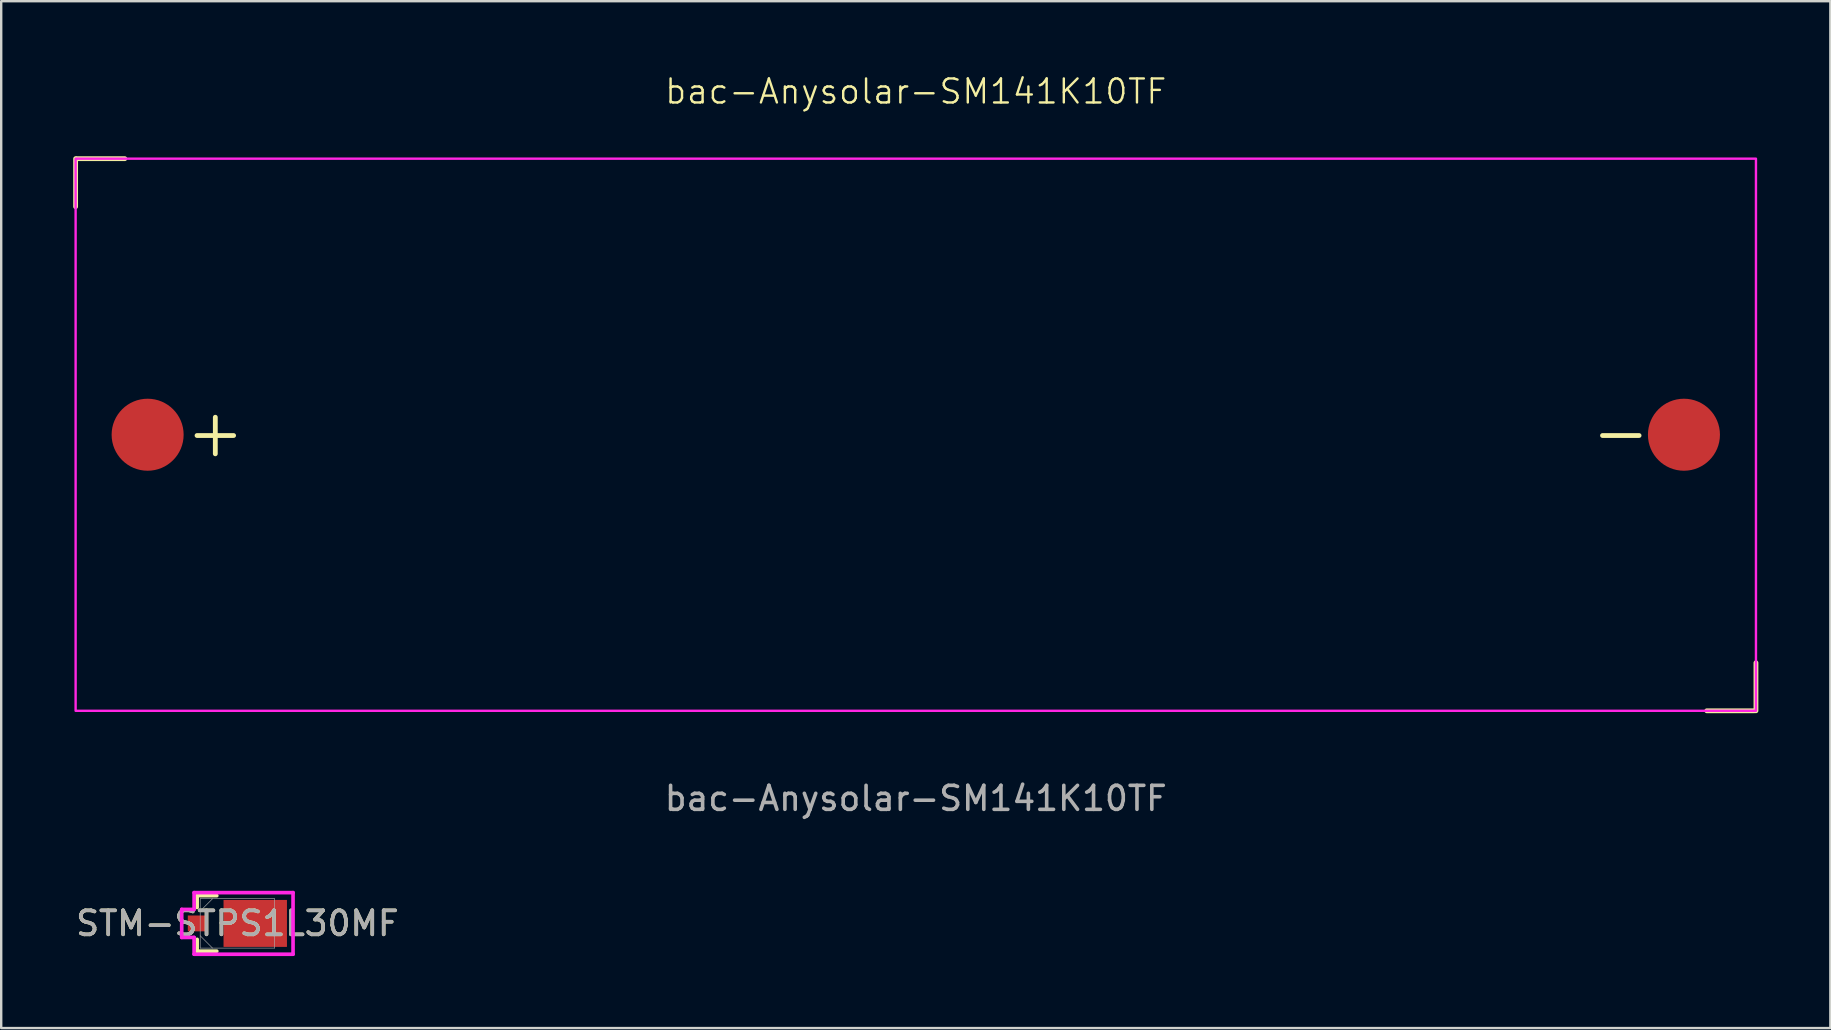
<source format=kicad_pcb>
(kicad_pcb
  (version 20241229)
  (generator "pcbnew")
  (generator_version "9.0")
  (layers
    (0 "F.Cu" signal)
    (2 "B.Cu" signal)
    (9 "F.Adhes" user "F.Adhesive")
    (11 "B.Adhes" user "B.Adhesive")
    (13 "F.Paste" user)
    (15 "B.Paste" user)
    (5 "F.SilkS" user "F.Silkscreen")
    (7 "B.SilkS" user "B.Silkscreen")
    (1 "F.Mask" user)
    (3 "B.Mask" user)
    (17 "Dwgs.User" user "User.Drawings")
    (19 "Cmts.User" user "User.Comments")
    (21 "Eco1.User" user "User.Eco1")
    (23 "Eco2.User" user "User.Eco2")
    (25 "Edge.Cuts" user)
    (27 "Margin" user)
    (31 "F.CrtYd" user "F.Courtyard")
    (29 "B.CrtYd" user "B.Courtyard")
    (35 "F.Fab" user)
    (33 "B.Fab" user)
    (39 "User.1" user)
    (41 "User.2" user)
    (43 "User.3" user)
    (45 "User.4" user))
  (footprint "STM-STPS1L30MF"
    (layer "F.Cu")
    (at 6.839 35.418)
    (property "Reference" "STM-STPS1L30MF" (at 0 0 0) (unlocked yes) (layer "F.SilkS") (effects (font (size 1 1) (thickness 0.15))))
    (attr smd)
    (fp_line (start -1.676 -1.156) (end -0.858 -1.156) (stroke (width 0.152) (type solid)) (layer "F.SilkS"))
    (fp_line (start -1.676 -0.663) (end -1.676 -1.156) (stroke (width 0.152) (type solid)) (layer "F.SilkS"))
    (fp_line (start -1.676 1.156) (end -1.676 0.663) (stroke (width 0.152) (type solid)) (layer "F.SilkS"))
    (fp_line (start -0.858 1.156) (end -1.676 1.156) (stroke (width 0.152) (type solid)) (layer "F.SilkS"))
    (fp_line (start -2.319 -0.584) (end -2.319 0.584) (stroke (width 0.152) (type solid)) (layer "F.CrtYd"))
    (fp_line (start -2.319 0.584) (end -1.803 0.584) (stroke (width 0.152) (type solid)) (layer "F.CrtYd"))
    (fp_line (start -1.803 -1.283) (end -1.803 -0.584) (stroke (width 0.152) (type solid)) (layer "F.CrtYd"))
    (fp_line (start -1.803 -0.584) (end -2.319 -0.584) (stroke (width 0.152) (type solid)) (layer "F.CrtYd"))
    (fp_line (start -1.803 0.584) (end -1.803 1.283) (stroke (width 0.152) (type solid)) (layer "F.CrtYd"))
    (fp_line (start -1.803 1.283) (end 2.319 1.283) (stroke (width 0.152) (type solid)) (layer "F.CrtYd"))
    (fp_line (start 2.319 -1.283) (end -1.803 -1.283) (stroke (width 0.152) (type solid)) (layer "F.CrtYd"))
    (fp_line (start 2.319 1.283) (end 2.319 -1.283) (stroke (width 0.152) (type solid)) (layer "F.CrtYd"))
    (fp_line (start -1.549 -1.029) (end -1.549 1.029) (stroke (width 0.025) (type solid)) (layer "F.Fab"))
    (fp_line (start -1.549 -0.514) (end -1.035 -1.029) (stroke (width 0.025) (type solid)) (layer "F.Fab"))
    (fp_line (start -1.549 0.514) (end -1.035 1.029) (stroke (width 0.025) (type solid)) (layer "F.Fab"))
    (fp_line (start -1.549 1.029) (end 1.549 1.029) (stroke (width 0.025) (type solid)) (layer "F.Fab"))
    (fp_line (start 1.549 -1.029) (end -1.549 -1.029) (stroke (width 0.025) (type solid)) (layer "F.Fab"))
    (fp_line (start 1.549 1.029) (end 1.549 -1.029) (stroke (width 0.025) (type solid)) (layer "F.Fab"))
    (fp_text user "${REFERENCE}" (at 0 0 0) (unlocked yes) (layer "F.Fab") (effects (font (size 1 1) (thickness 0.15))))
    (pad "1" smd rect (at -1.646 0) (size 0.838 0.66) (layers "F.Cu" "F.Mask" "F.Paste"))
    (pad "2" smd rect (at 0.744 0) (size 2.642 1.956) (layers "F.Cu" "F.Mask" "F.Paste")))
  (footprint "bac-Anysolar-SM141K10TF"
    (layer "F.Cu")
    (at 35.1 15.06)
    (property "Reference" "bac-Anysolar-SM141K10TF" (at 0 -14.3 0) (unlocked yes) (layer "F.SilkS") (effects (font (size 1 1) (thickness 0.1))))
    (attr smd)
    (fp_line (start -35 -9.5) (end -35 -11.5) (stroke (width 0.2) (type default)) (layer "F.SilkS"))
    (fp_line (start -32.95 -11.5) (end -34.95 -11.5) (stroke (width 0.2) (type default)) (layer "F.SilkS"))
    (fp_line (start 32.95 11.5) (end 34.95 11.5) (stroke (width 0.2) (type default)) (layer "F.SilkS"))
    (fp_line (start 35 9.5) (end 35 11.5) (stroke (width 0.2) (type default)) (layer "F.SilkS"))
    (fp_rect (start -35 -11.5) (end 35 11.5) (stroke (width 0.1) (type default)) (fill no) (layer "F.CrtYd"))
    (fp_text user "-" (at 28 1.05 0) (unlocked yes) (layer "F.SilkS") (effects (font (size 2 2) (thickness 0.2)) (justify left bottom)))
    (fp_text user "+" (at -30.55 1.05 0) (unlocked yes) (layer "F.SilkS") (effects (font (size 2 2) (thickness 0.2)) (justify left bottom)))
    (fp_text user "${REFERENCE}" (at 0 15.15 0) (unlocked yes) (layer "F.Fab") (effects (font (size 1 1) (thickness 0.15))))
    (pad "1" smd circle (at -32 0) (size 3 3) (layers "F.Cu" "F.Mask" "F.Paste"))
    (pad "2" smd circle (at 32 0) (size 3 3) (layers "F.Cu" "F.Mask" "F.Paste")))
  (gr_rect
    (start -3 -3)
    (end 73.2 39.777)
    (stroke (width 0.1) (type default))
    (fill no)
    (layer "Edge.Cuts")))
</source>
